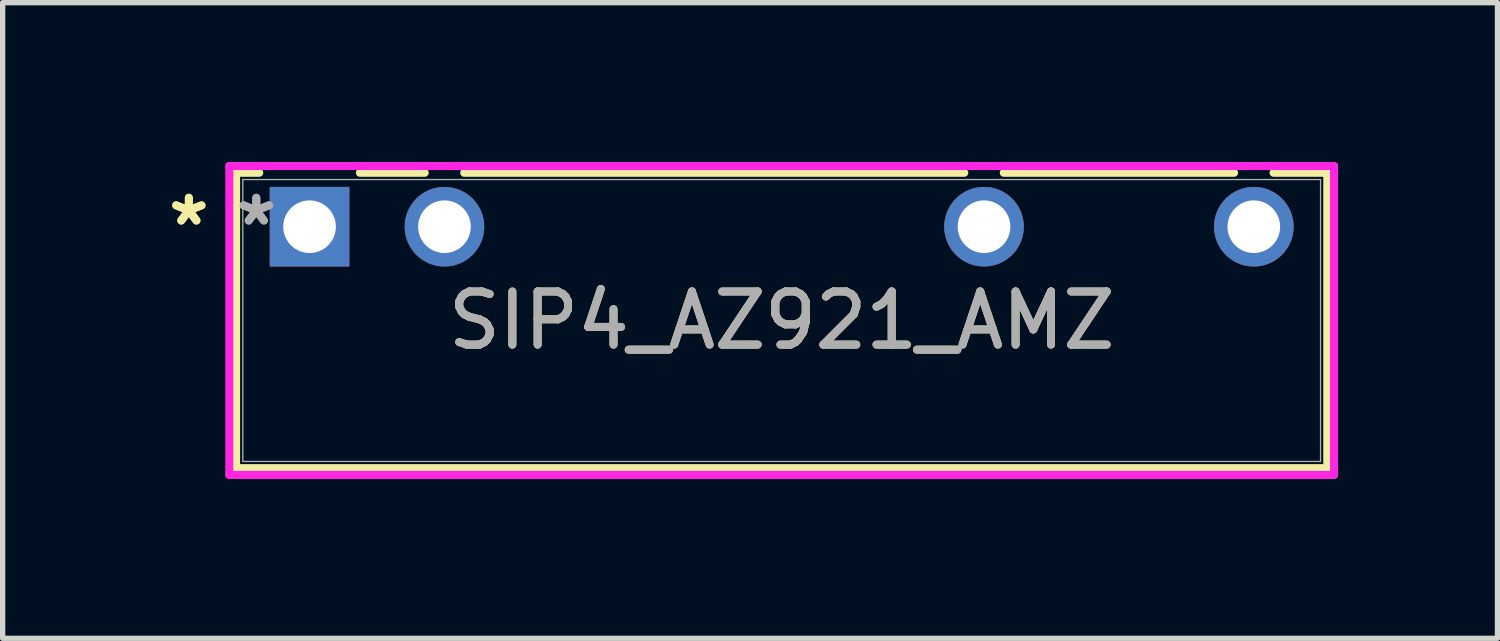
<source format=kicad_pcb>
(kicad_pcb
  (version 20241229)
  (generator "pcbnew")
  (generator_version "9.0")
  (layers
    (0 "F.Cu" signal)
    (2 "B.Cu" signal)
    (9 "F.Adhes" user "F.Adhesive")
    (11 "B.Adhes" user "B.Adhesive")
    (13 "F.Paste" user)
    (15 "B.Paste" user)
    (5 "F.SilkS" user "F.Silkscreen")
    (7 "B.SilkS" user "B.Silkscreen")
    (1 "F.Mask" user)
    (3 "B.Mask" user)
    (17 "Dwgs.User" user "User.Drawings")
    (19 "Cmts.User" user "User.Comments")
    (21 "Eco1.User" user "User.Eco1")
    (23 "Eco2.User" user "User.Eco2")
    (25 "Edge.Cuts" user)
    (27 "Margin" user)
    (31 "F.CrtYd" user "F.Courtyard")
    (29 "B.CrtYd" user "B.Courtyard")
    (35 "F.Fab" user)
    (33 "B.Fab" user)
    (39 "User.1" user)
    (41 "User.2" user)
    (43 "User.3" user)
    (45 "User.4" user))
  (footprint "SIP4_AZ921_AMZ"
    (layer "F.Cu")
    (at 2.779 1.219)
    (property "Reference" "SIP4_AZ921_AMZ" (at 8.89 1.765 0) (unlocked yes) (layer "F.SilkS") (effects (font (size 1 1) (thickness 0.15))))
    (attr through_hole)
    (fp_line (start -1.384 -1.016) (end -1.384 4.547) (stroke (width 0.152) (type solid)) (layer "F.SilkS"))
    (fp_line (start -1.384 4.547) (end 19.164 4.547) (stroke (width 0.152) (type solid)) (layer "F.SilkS"))
    (fp_line (start -0.948 -1.016) (end -1.384 -1.016) (stroke (width 0.152) (type solid)) (layer "F.SilkS"))
    (fp_line (start 2.168 -1.016) (end 0.948 -1.016) (stroke (width 0.152) (type solid)) (layer "F.SilkS"))
    (fp_line (start 12.328 -1.016) (end 2.912 -1.016) (stroke (width 0.152) (type solid)) (layer "F.SilkS"))
    (fp_line (start 17.408 -1.016) (end 13.072 -1.016) (stroke (width 0.152) (type solid)) (layer "F.SilkS"))
    (fp_line (start 19.164 -1.016) (end 18.152 -1.016) (stroke (width 0.152) (type solid)) (layer "F.SilkS"))
    (fp_line (start 19.164 4.547) (end 19.164 -1.016) (stroke (width 0.152) (type solid)) (layer "F.SilkS"))
    (fp_line (start -1.511 -1.143) (end 19.291 -1.143) (stroke (width 0.152) (type solid)) (layer "F.CrtYd"))
    (fp_line (start -1.511 4.674) (end -1.511 -1.143) (stroke (width 0.152) (type solid)) (layer "F.CrtYd"))
    (fp_line (start 19.291 -1.143) (end 19.291 4.674) (stroke (width 0.152) (type solid)) (layer "F.CrtYd"))
    (fp_line (start 19.291 4.674) (end -1.511 4.674) (stroke (width 0.152) (type solid)) (layer "F.CrtYd"))
    (fp_line (start -1.257 -0.889) (end -1.257 4.42) (stroke (width 0.025) (type solid)) (layer "F.Fab"))
    (fp_line (start -1.257 4.42) (end 19.037 4.42) (stroke (width 0.025) (type solid)) (layer "F.Fab"))
    (fp_line (start 19.037 -0.889) (end -1.257 -0.889) (stroke (width 0.025) (type solid)) (layer "F.Fab"))
    (fp_line (start 19.037 4.42) (end 19.037 -0.889) (stroke (width 0.025) (type solid)) (layer "F.Fab"))
    (fp_text user "*" (at -2.273 0 0) (layer "F.SilkS") (effects (font (size 1 1) (thickness 0.15))))
    (fp_text user "*" (at -2.273 0 0) (unlocked yes) (layer "F.SilkS") (effects (font (size 1 1) (thickness 0.15))))
    (fp_text user "*" (at -1.003 0 0) (unlocked yes) (layer "F.Fab") (effects (font (size 1 1) (thickness 0.15))))
    (fp_text user "*" (at -1.003 0 0) (layer "F.Fab") (effects (font (size 1 1) (thickness 0.15))))
    (fp_text user "${REFERENCE}" (at 8.89 1.765 0) (unlocked yes) (layer "F.Fab") (effects (font (size 1 1) (thickness 0.15))))
    (pad "1" thru_hole rect (at 0 0) (size 1.499 1.499) (drill 0.991) (layers "*.Cu" "*.Mask"))
    (pad "2" thru_hole circle (at 2.54 0) (size 1.499 1.499) (drill 0.991) (layers "*.Cu" "*.Mask"))
    (pad "3" thru_hole circle (at 12.7 0) (size 1.499 1.499) (drill 0.991) (layers "*.Cu" "*.Mask"))
    (pad "4" thru_hole circle (at 17.78 0) (size 1.499 1.499) (drill 0.991) (layers "*.Cu" "*.Mask")))
  (gr_rect
    (start -3 -3)
    (end 25.147 8.969)
    (stroke (width 0.1) (type default))
    (fill no)
    (layer "Edge.Cuts")))
</source>
